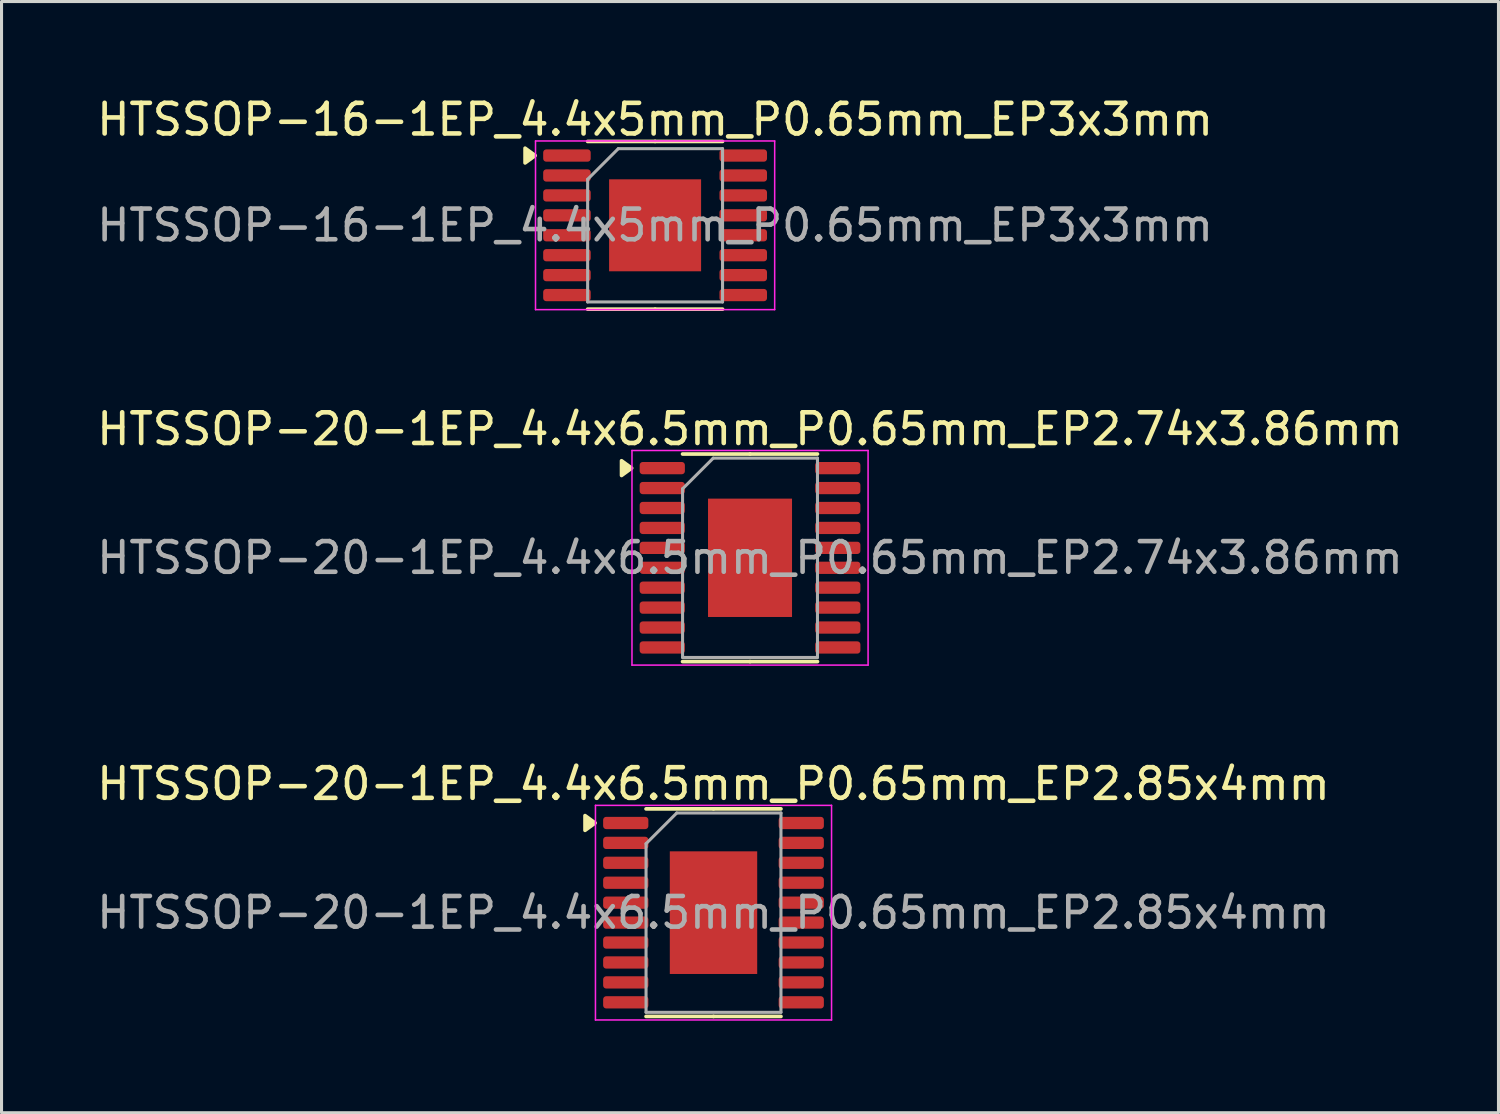
<source format=kicad_pcb>
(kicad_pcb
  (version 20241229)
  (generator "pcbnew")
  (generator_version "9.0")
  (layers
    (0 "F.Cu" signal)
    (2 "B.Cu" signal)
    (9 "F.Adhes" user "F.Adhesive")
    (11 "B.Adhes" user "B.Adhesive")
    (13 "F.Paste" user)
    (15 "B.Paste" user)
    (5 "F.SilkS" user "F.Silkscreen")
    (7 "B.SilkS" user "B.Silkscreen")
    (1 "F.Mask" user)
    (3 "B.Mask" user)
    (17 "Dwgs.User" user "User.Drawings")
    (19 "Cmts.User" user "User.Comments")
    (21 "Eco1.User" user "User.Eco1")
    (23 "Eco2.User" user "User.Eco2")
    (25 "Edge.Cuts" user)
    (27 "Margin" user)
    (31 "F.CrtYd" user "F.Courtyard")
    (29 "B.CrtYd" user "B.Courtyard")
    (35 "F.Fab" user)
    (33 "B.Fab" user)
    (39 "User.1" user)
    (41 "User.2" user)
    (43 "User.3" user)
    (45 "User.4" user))
  (footprint "HTSSOP-20-1EP_4.4x6.5mm_P0.65mm_EP2.74x3.86mm"
    (layer "F.Cu")
    (at 21.411 15.142)
    (property "Reference" "HTSSOP-20-1EP_4.4x6.5mm_P0.65mm_EP2.74x3.86mm" (at 0 -4.2 0) (layer "F.SilkS") (effects (font (size 1 1) (thickness 0.15))))
    (attr smd)
    (fp_line (start 0 -3.385) (end -2.2 -3.385) (stroke (width 0.12) (type solid)) (layer "F.SilkS"))
    (fp_line (start 0 -3.385) (end 2.2 -3.385) (stroke (width 0.12) (type solid)) (layer "F.SilkS"))
    (fp_line (start 0 3.385) (end -2.2 3.385) (stroke (width 0.12) (type solid)) (layer "F.SilkS"))
    (fp_line (start 0 3.385) (end 2.2 3.385) (stroke (width 0.12) (type solid)) (layer "F.SilkS"))
    (fp_poly (pts (xy -3.86 -2.925) (xy -4.19 -3.165) (xy -4.19 -2.685) (xy -3.86 -2.925)) (stroke (width 0.12) (type solid)) (fill yes) (layer "F.SilkS"))
    (fp_line (start -3.85 -3.5) (end -3.85 3.5) (stroke (width 0.05) (type solid)) (layer "F.CrtYd"))
    (fp_line (start -3.85 3.5) (end 3.85 3.5) (stroke (width 0.05) (type solid)) (layer "F.CrtYd"))
    (fp_line (start 3.85 -3.5) (end -3.85 -3.5) (stroke (width 0.05) (type solid)) (layer "F.CrtYd"))
    (fp_line (start 3.85 3.5) (end 3.85 -3.5) (stroke (width 0.05) (type solid)) (layer "F.CrtYd"))
    (fp_line (start -2.2 -2.25) (end -1.2 -3.25) (stroke (width 0.1) (type solid)) (layer "F.Fab"))
    (fp_line (start -2.2 3.25) (end -2.2 -2.25) (stroke (width 0.1) (type solid)) (layer "F.Fab"))
    (fp_line (start -1.2 -3.25) (end 2.2 -3.25) (stroke (width 0.1) (type solid)) (layer "F.Fab"))
    (fp_line (start 2.2 -3.25) (end 2.2 3.25) (stroke (width 0.1) (type solid)) (layer "F.Fab"))
    (fp_line (start 2.2 3.25) (end -2.2 3.25) (stroke (width 0.1) (type solid)) (layer "F.Fab"))
    (fp_text user "${REFERENCE}" (at 0 0 0) (layer "F.Fab") (effects (font (size 1 1) (thickness 0.15))))
    (pad "" smd roundrect (at 0 -0.965) (size 2.21 1.56) (layers "F.Paste") (roundrect_rratio 0.16))
    (pad "" smd roundrect (at 0 0.965) (size 2.21 1.56) (layers "F.Paste") (roundrect_rratio 0.16))
    (pad "1" smd roundrect (at -2.862 -2.925) (size 1.475 0.4) (layers "F.Cu" "F.Mask" "F.Paste") (roundrect_rratio 0.25))
    (pad "2" smd roundrect (at -2.862 -2.275) (size 1.475 0.4) (layers "F.Cu" "F.Mask" "F.Paste") (roundrect_rratio 0.25))
    (pad "3" smd roundrect (at -2.862 -1.625) (size 1.475 0.4) (layers "F.Cu" "F.Mask" "F.Paste") (roundrect_rratio 0.25))
    (pad "4" smd roundrect (at -2.862 -0.975) (size 1.475 0.4) (layers "F.Cu" "F.Mask" "F.Paste") (roundrect_rratio 0.25))
    (pad "5" smd roundrect (at -2.862 -0.325) (size 1.475 0.4) (layers "F.Cu" "F.Mask" "F.Paste") (roundrect_rratio 0.25))
    (pad "6" smd roundrect (at -2.862 0.325) (size 1.475 0.4) (layers "F.Cu" "F.Mask" "F.Paste") (roundrect_rratio 0.25))
    (pad "7" smd roundrect (at -2.862 0.975) (size 1.475 0.4) (layers "F.Cu" "F.Mask" "F.Paste") (roundrect_rratio 0.25))
    (pad "8" smd roundrect (at -2.862 1.625) (size 1.475 0.4) (layers "F.Cu" "F.Mask" "F.Paste") (roundrect_rratio 0.25))
    (pad "9" smd roundrect (at -2.862 2.275) (size 1.475 0.4) (layers "F.Cu" "F.Mask" "F.Paste") (roundrect_rratio 0.25))
    (pad "10" smd roundrect (at -2.862 2.925) (size 1.475 0.4) (layers "F.Cu" "F.Mask" "F.Paste") (roundrect_rratio 0.25))
    (pad "11" smd roundrect (at 2.862 2.925) (size 1.475 0.4) (layers "F.Cu" "F.Mask" "F.Paste") (roundrect_rratio 0.25))
    (pad "12" smd roundrect (at 2.862 2.275) (size 1.475 0.4) (layers "F.Cu" "F.Mask" "F.Paste") (roundrect_rratio 0.25))
    (pad "13" smd roundrect (at 2.862 1.625) (size 1.475 0.4) (layers "F.Cu" "F.Mask" "F.Paste") (roundrect_rratio 0.25))
    (pad "14" smd roundrect (at 2.862 0.975) (size 1.475 0.4) (layers "F.Cu" "F.Mask" "F.Paste") (roundrect_rratio 0.25))
    (pad "15" smd roundrect (at 2.862 0.325) (size 1.475 0.4) (layers "F.Cu" "F.Mask" "F.Paste") (roundrect_rratio 0.25))
    (pad "16" smd roundrect (at 2.862 -0.325) (size 1.475 0.4) (layers "F.Cu" "F.Mask" "F.Paste") (roundrect_rratio 0.25))
    (pad "17" smd roundrect (at 2.862 -0.975) (size 1.475 0.4) (layers "F.Cu" "F.Mask" "F.Paste") (roundrect_rratio 0.25))
    (pad "18" smd roundrect (at 2.862 -1.625) (size 1.475 0.4) (layers "F.Cu" "F.Mask" "F.Paste") (roundrect_rratio 0.25))
    (pad "19" smd roundrect (at 2.862 -2.275) (size 1.475 0.4) (layers "F.Cu" "F.Mask" "F.Paste") (roundrect_rratio 0.25))
    (pad "20" smd roundrect (at 2.862 -2.925) (size 1.475 0.4) (layers "F.Cu" "F.Mask" "F.Paste") (roundrect_rratio 0.25))
    (pad "21" smd rect (at 0 0) (size 2.74 3.86) (property pad_prop_heatsink) (layers "F.Cu" "F.Mask")))
  (footprint "HTSSOP-16-1EP_4.4x5mm_P0.65mm_EP3x3mm"
    (layer "F.Cu")
    (at 18.315 4.298)
    (property "Reference" "HTSSOP-16-1EP_4.4x5mm_P0.65mm_EP3x3mm" (at 0 -3.45 0) (layer "F.SilkS") (effects (font (size 1 1) (thickness 0.15))))
    (attr smd)
    (fp_line (start 0 -2.735) (end -2.2 -2.735) (stroke (width 0.12) (type solid)) (layer "F.SilkS"))
    (fp_line (start 0 -2.735) (end 2.2 -2.735) (stroke (width 0.12) (type solid)) (layer "F.SilkS"))
    (fp_line (start 0 2.735) (end -2.2 2.735) (stroke (width 0.12) (type solid)) (layer "F.SilkS"))
    (fp_line (start 0 2.735) (end 2.2 2.735) (stroke (width 0.12) (type solid)) (layer "F.SilkS"))
    (fp_poly (pts (xy -3.91 -2.275) (xy -4.24 -2.515) (xy -4.24 -2.035) (xy -3.91 -2.275)) (stroke (width 0.12) (type solid)) (fill yes) (layer "F.SilkS"))
    (fp_line (start -3.9 -2.75) (end -3.9 2.75) (stroke (width 0.05) (type solid)) (layer "F.CrtYd"))
    (fp_line (start -3.9 2.75) (end 3.9 2.75) (stroke (width 0.05) (type solid)) (layer "F.CrtYd"))
    (fp_line (start 3.9 -2.75) (end -3.9 -2.75) (stroke (width 0.05) (type solid)) (layer "F.CrtYd"))
    (fp_line (start 3.9 2.75) (end 3.9 -2.75) (stroke (width 0.05) (type solid)) (layer "F.CrtYd"))
    (fp_line (start -2.2 -1.5) (end -1.2 -2.5) (stroke (width 0.1) (type solid)) (layer "F.Fab"))
    (fp_line (start -2.2 2.5) (end -2.2 -1.5) (stroke (width 0.1) (type solid)) (layer "F.Fab"))
    (fp_line (start -1.2 -2.5) (end 2.2 -2.5) (stroke (width 0.1) (type solid)) (layer "F.Fab"))
    (fp_line (start 2.2 -2.5) (end 2.2 2.5) (stroke (width 0.1) (type solid)) (layer "F.Fab"))
    (fp_line (start 2.2 2.5) (end -2.2 2.5) (stroke (width 0.1) (type solid)) (layer "F.Fab"))
    (fp_text user "${REFERENCE}" (at 0 0 0) (layer "F.Fab") (effects (font (size 1 1) (thickness 0.15))))
    (pad "" smd roundrect (at -0.75 -0.75) (size 1.21 1.21) (layers "F.Paste") (roundrect_rratio 0.207))
    (pad "" smd roundrect (at -0.75 0.75) (size 1.21 1.21) (layers "F.Paste") (roundrect_rratio 0.207))
    (pad "" smd roundrect (at 0.75 -0.75) (size 1.21 1.21) (layers "F.Paste") (roundrect_rratio 0.207))
    (pad "" smd roundrect (at 0.75 0.75) (size 1.21 1.21) (layers "F.Paste") (roundrect_rratio 0.207))
    (pad "1" smd roundrect (at -2.875 -2.275) (size 1.55 0.4) (layers "F.Cu" "F.Mask" "F.Paste") (roundrect_rratio 0.25))
    (pad "2" smd roundrect (at -2.875 -1.625) (size 1.55 0.4) (layers "F.Cu" "F.Mask" "F.Paste") (roundrect_rratio 0.25))
    (pad "3" smd roundrect (at -2.875 -0.975) (size 1.55 0.4) (layers "F.Cu" "F.Mask" "F.Paste") (roundrect_rratio 0.25))
    (pad "4" smd roundrect (at -2.875 -0.325) (size 1.55 0.4) (layers "F.Cu" "F.Mask" "F.Paste") (roundrect_rratio 0.25))
    (pad "5" smd roundrect (at -2.875 0.325) (size 1.55 0.4) (layers "F.Cu" "F.Mask" "F.Paste") (roundrect_rratio 0.25))
    (pad "6" smd roundrect (at -2.875 0.975) (size 1.55 0.4) (layers "F.Cu" "F.Mask" "F.Paste") (roundrect_rratio 0.25))
    (pad "7" smd roundrect (at -2.875 1.625) (size 1.55 0.4) (layers "F.Cu" "F.Mask" "F.Paste") (roundrect_rratio 0.25))
    (pad "8" smd roundrect (at -2.875 2.275) (size 1.55 0.4) (layers "F.Cu" "F.Mask" "F.Paste") (roundrect_rratio 0.25))
    (pad "9" smd roundrect (at 2.875 2.275) (size 1.55 0.4) (layers "F.Cu" "F.Mask" "F.Paste") (roundrect_rratio 0.25))
    (pad "10" smd roundrect (at 2.875 1.625) (size 1.55 0.4) (layers "F.Cu" "F.Mask" "F.Paste") (roundrect_rratio 0.25))
    (pad "11" smd roundrect (at 2.875 0.975) (size 1.55 0.4) (layers "F.Cu" "F.Mask" "F.Paste") (roundrect_rratio 0.25))
    (pad "12" smd roundrect (at 2.875 0.325) (size 1.55 0.4) (layers "F.Cu" "F.Mask" "F.Paste") (roundrect_rratio 0.25))
    (pad "13" smd roundrect (at 2.875 -0.325) (size 1.55 0.4) (layers "F.Cu" "F.Mask" "F.Paste") (roundrect_rratio 0.25))
    (pad "14" smd roundrect (at 2.875 -0.975) (size 1.55 0.4) (layers "F.Cu" "F.Mask" "F.Paste") (roundrect_rratio 0.25))
    (pad "15" smd roundrect (at 2.875 -1.625) (size 1.55 0.4) (layers "F.Cu" "F.Mask" "F.Paste") (roundrect_rratio 0.25))
    (pad "16" smd roundrect (at 2.875 -2.275) (size 1.55 0.4) (layers "F.Cu" "F.Mask" "F.Paste") (roundrect_rratio 0.25))
    (pad "17" smd rect (at 0 0) (size 3 3) (property pad_prop_heatsink) (layers "F.Cu" "F.Mask")))
  (footprint "HTSSOP-20-1EP_4.4x6.5mm_P0.65mm_EP2.85x4mm"
    (layer "F.Cu")
    (at 20.22 26.715)
    (property "Reference" "HTSSOP-20-1EP_4.4x6.5mm_P0.65mm_EP2.85x4mm" (at 0 -4.2 0) (layer "F.SilkS") (effects (font (size 1 1) (thickness 0.15))))
    (attr smd)
    (fp_line (start 0 -3.385) (end -2.2 -3.385) (stroke (width 0.12) (type solid)) (layer "F.SilkS"))
    (fp_line (start 0 -3.385) (end 2.2 -3.385) (stroke (width 0.12) (type solid)) (layer "F.SilkS"))
    (fp_line (start 0 3.385) (end -2.2 3.385) (stroke (width 0.12) (type solid)) (layer "F.SilkS"))
    (fp_line (start 0 3.385) (end 2.2 3.385) (stroke (width 0.12) (type solid)) (layer "F.SilkS"))
    (fp_poly (pts (xy -3.86 -2.925) (xy -4.19 -3.165) (xy -4.19 -2.685) (xy -3.86 -2.925)) (stroke (width 0.12) (type solid)) (fill yes) (layer "F.SilkS"))
    (fp_line (start -3.85 -3.5) (end -3.85 3.5) (stroke (width 0.05) (type solid)) (layer "F.CrtYd"))
    (fp_line (start -3.85 3.5) (end 3.85 3.5) (stroke (width 0.05) (type solid)) (layer "F.CrtYd"))
    (fp_line (start 3.85 -3.5) (end -3.85 -3.5) (stroke (width 0.05) (type solid)) (layer "F.CrtYd"))
    (fp_line (start 3.85 3.5) (end 3.85 -3.5) (stroke (width 0.05) (type solid)) (layer "F.CrtYd"))
    (fp_line (start -2.2 -2.25) (end -1.2 -3.25) (stroke (width 0.1) (type solid)) (layer "F.Fab"))
    (fp_line (start -2.2 3.25) (end -2.2 -2.25) (stroke (width 0.1) (type solid)) (layer "F.Fab"))
    (fp_line (start -1.2 -3.25) (end 2.2 -3.25) (stroke (width 0.1) (type solid)) (layer "F.Fab"))
    (fp_line (start 2.2 -3.25) (end 2.2 3.25) (stroke (width 0.1) (type solid)) (layer "F.Fab"))
    (fp_line (start 2.2 3.25) (end -2.2 3.25) (stroke (width 0.1) (type solid)) (layer "F.Fab"))
    (fp_text user "${REFERENCE}" (at 0 0 0) (layer "F.Fab") (effects (font (size 1 1) (thickness 0.15))))
    (pad "" smd roundrect (at 0 -1) (size 2.3 1.61) (layers "F.Paste") (roundrect_rratio 0.155))
    (pad "" smd roundrect (at 0 1) (size 2.3 1.61) (layers "F.Paste") (roundrect_rratio 0.155))
    (pad "1" smd roundrect (at -2.862 -2.925) (size 1.475 0.4) (layers "F.Cu" "F.Mask" "F.Paste") (roundrect_rratio 0.25))
    (pad "2" smd roundrect (at -2.862 -2.275) (size 1.475 0.4) (layers "F.Cu" "F.Mask" "F.Paste") (roundrect_rratio 0.25))
    (pad "3" smd roundrect (at -2.862 -1.625) (size 1.475 0.4) (layers "F.Cu" "F.Mask" "F.Paste") (roundrect_rratio 0.25))
    (pad "4" smd roundrect (at -2.862 -0.975) (size 1.475 0.4) (layers "F.Cu" "F.Mask" "F.Paste") (roundrect_rratio 0.25))
    (pad "5" smd roundrect (at -2.862 -0.325) (size 1.475 0.4) (layers "F.Cu" "F.Mask" "F.Paste") (roundrect_rratio 0.25))
    (pad "6" smd roundrect (at -2.862 0.325) (size 1.475 0.4) (layers "F.Cu" "F.Mask" "F.Paste") (roundrect_rratio 0.25))
    (pad "7" smd roundrect (at -2.862 0.975) (size 1.475 0.4) (layers "F.Cu" "F.Mask" "F.Paste") (roundrect_rratio 0.25))
    (pad "8" smd roundrect (at -2.862 1.625) (size 1.475 0.4) (layers "F.Cu" "F.Mask" "F.Paste") (roundrect_rratio 0.25))
    (pad "9" smd roundrect (at -2.862 2.275) (size 1.475 0.4) (layers "F.Cu" "F.Mask" "F.Paste") (roundrect_rratio 0.25))
    (pad "10" smd roundrect (at -2.862 2.925) (size 1.475 0.4) (layers "F.Cu" "F.Mask" "F.Paste") (roundrect_rratio 0.25))
    (pad "11" smd roundrect (at 2.862 2.925) (size 1.475 0.4) (layers "F.Cu" "F.Mask" "F.Paste") (roundrect_rratio 0.25))
    (pad "12" smd roundrect (at 2.862 2.275) (size 1.475 0.4) (layers "F.Cu" "F.Mask" "F.Paste") (roundrect_rratio 0.25))
    (pad "13" smd roundrect (at 2.862 1.625) (size 1.475 0.4) (layers "F.Cu" "F.Mask" "F.Paste") (roundrect_rratio 0.25))
    (pad "14" smd roundrect (at 2.862 0.975) (size 1.475 0.4) (layers "F.Cu" "F.Mask" "F.Paste") (roundrect_rratio 0.25))
    (pad "15" smd roundrect (at 2.862 0.325) (size 1.475 0.4) (layers "F.Cu" "F.Mask" "F.Paste") (roundrect_rratio 0.25))
    (pad "16" smd roundrect (at 2.862 -0.325) (size 1.475 0.4) (layers "F.Cu" "F.Mask" "F.Paste") (roundrect_rratio 0.25))
    (pad "17" smd roundrect (at 2.862 -0.975) (size 1.475 0.4) (layers "F.Cu" "F.Mask" "F.Paste") (roundrect_rratio 0.25))
    (pad "18" smd roundrect (at 2.862 -1.625) (size 1.475 0.4) (layers "F.Cu" "F.Mask" "F.Paste") (roundrect_rratio 0.25))
    (pad "19" smd roundrect (at 2.862 -2.275) (size 1.475 0.4) (layers "F.Cu" "F.Mask" "F.Paste") (roundrect_rratio 0.25))
    (pad "20" smd roundrect (at 2.862 -2.925) (size 1.475 0.4) (layers "F.Cu" "F.Mask" "F.Paste") (roundrect_rratio 0.25))
    (pad "21" smd rect (at 0 0) (size 2.85 4) (property pad_prop_heatsink) (layers "F.Cu" "F.Mask")))
  (gr_rect
    (start -3 -3)
    (end 45.821 33.24)
    (stroke (width 0.1) (type default))
    (fill no)
    (layer "Edge.Cuts")))
</source>
